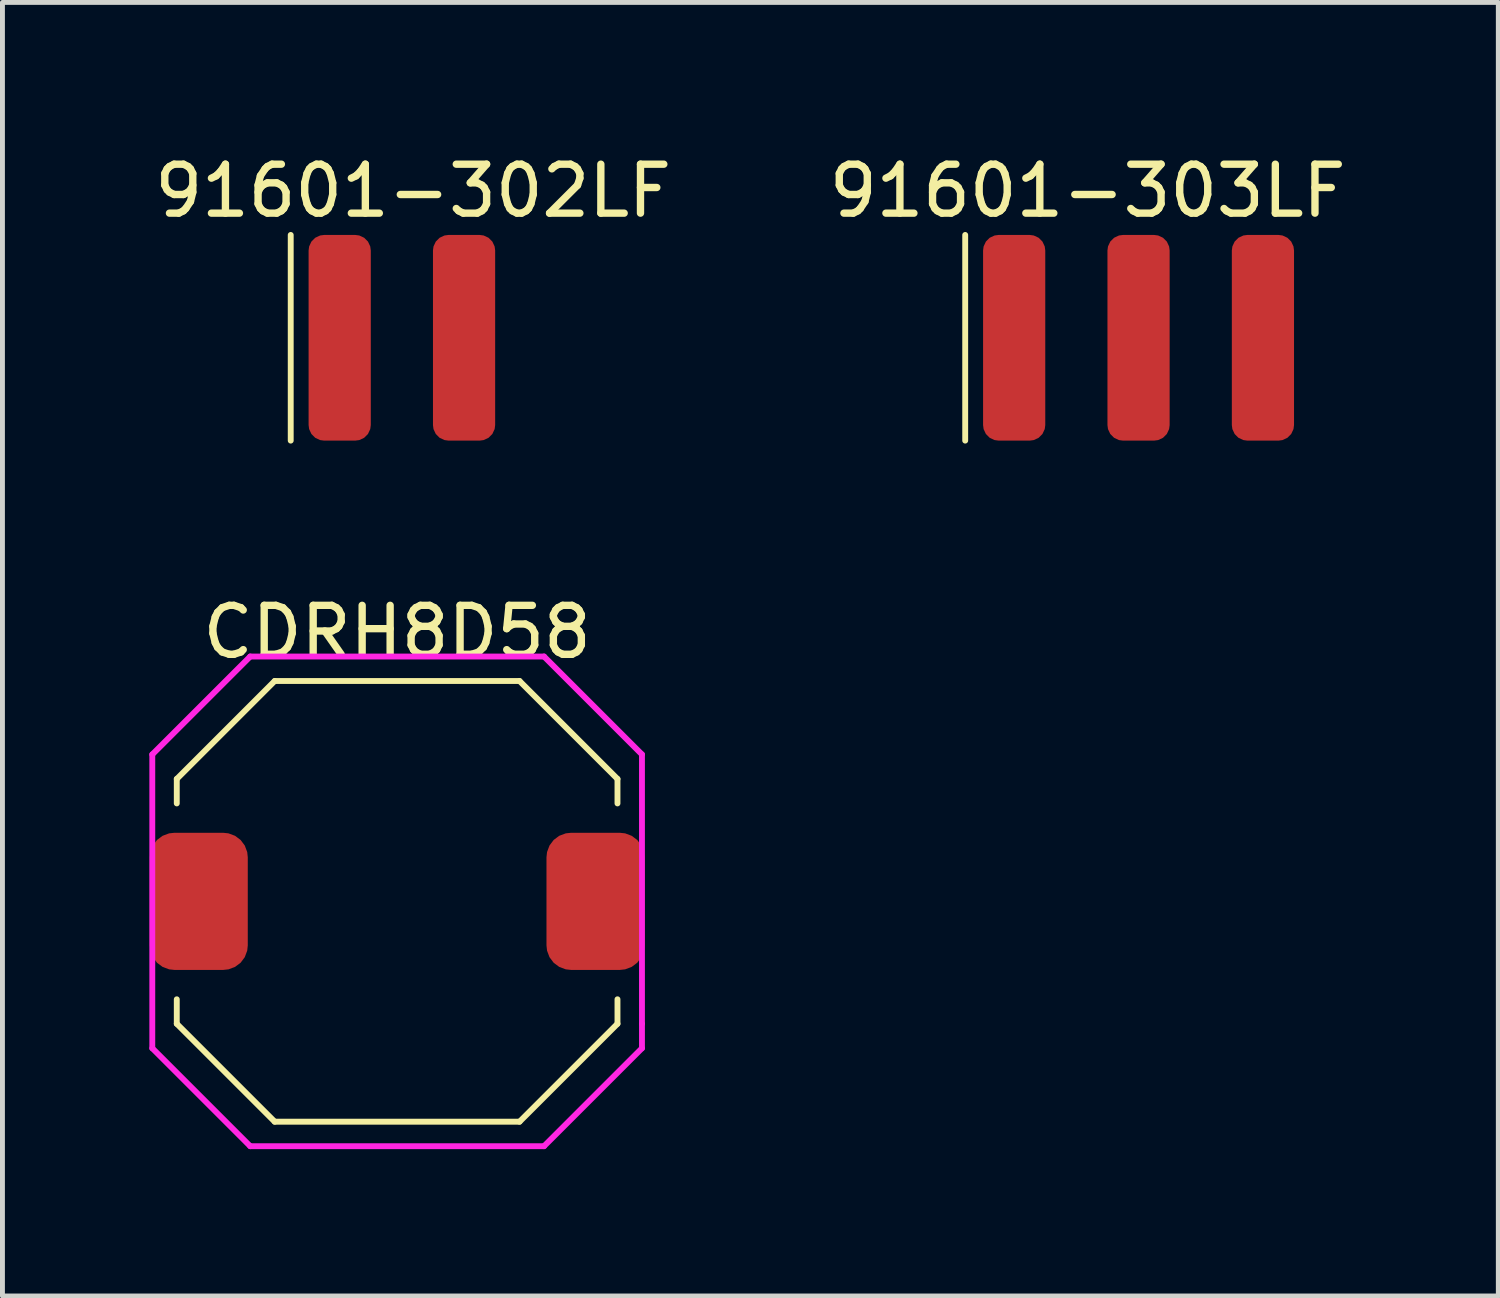
<source format=kicad_pcb>
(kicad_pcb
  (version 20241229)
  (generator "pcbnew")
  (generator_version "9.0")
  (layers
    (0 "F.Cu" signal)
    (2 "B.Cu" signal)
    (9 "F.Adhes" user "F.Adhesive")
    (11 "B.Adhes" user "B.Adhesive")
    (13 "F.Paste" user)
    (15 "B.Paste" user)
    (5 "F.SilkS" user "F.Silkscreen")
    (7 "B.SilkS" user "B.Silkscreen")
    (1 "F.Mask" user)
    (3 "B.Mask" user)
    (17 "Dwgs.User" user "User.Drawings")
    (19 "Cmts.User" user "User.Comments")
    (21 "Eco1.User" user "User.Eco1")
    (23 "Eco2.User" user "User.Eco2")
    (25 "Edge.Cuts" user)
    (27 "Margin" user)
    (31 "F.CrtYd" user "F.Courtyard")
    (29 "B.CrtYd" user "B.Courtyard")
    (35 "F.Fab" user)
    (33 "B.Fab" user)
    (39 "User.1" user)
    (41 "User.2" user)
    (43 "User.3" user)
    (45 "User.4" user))
  (footprint "91601-303LF"
    (layer "F.Cu")
    (at 17.661 3.848)
    (property "Reference" "91601-303LF" (at 1.5 -3 0) (layer "F.SilkS") (effects (font (size 1 1) (thickness 0.15))))
    (attr through_hole)
    (fp_line (start -1 -2.1) (end -1 2.1) (stroke (width 0.12) (type solid)) (layer "F.SilkS"))
    (pad "1" smd roundrect (at 0 0) (size 1.27 4.2) (layers "F.Cu" "F.Mask" "F.Paste") (roundrect_rratio 0.25))
    (pad "2" smd roundrect (at 2.54 0) (size 1.27 4.2) (layers "F.Cu" "F.Mask" "F.Paste") (roundrect_rratio 0.25))
    (pad "3" smd roundrect (at 5.08 0) (size 1.27 4.2) (layers "F.Cu" "F.Mask" "F.Paste") (roundrect_rratio 0.25)))
  (footprint "91601-302LF"
    (layer "F.Cu")
    (at 3.887 3.848)
    (property "Reference" "91601-302LF" (at 1.5 -3 0) (layer "F.SilkS") (effects (font (size 1 1) (thickness 0.15))))
    (attr through_hole)
    (fp_line (start -1 -2.1) (end -1 2.1) (stroke (width 0.12) (type solid)) (layer "F.SilkS"))
    (pad "1" smd roundrect (at 0 0) (size 1.27 4.2) (layers "F.Cu" "F.Mask" "F.Paste") (roundrect_rratio 0.25))
    (pad "2" smd roundrect (at 2.54 0) (size 1.27 4.2) (layers "F.Cu" "F.Mask" "F.Paste") (roundrect_rratio 0.25)))
  (footprint "CDRH8D58"
    (layer "F.Cu")
    (at 5.06 15.357)
    (property "Reference" "CDRH8D58" (at 0 -5.5 0) (layer "F.SilkS") (effects (font (size 1 1) (thickness 0.15))))
    (attr through_hole)
    (fp_line (start -4.5 -2.5) (end -2.5 -4.5) (stroke (width 0.12) (type solid)) (layer "F.SilkS"))
    (fp_line (start -4.5 -2) (end -4.5 -2.5) (stroke (width 0.12) (type solid)) (layer "F.SilkS"))
    (fp_line (start -4.5 2.5) (end -4.5 2) (stroke (width 0.12) (type solid)) (layer "F.SilkS"))
    (fp_line (start -2.5 -4.5) (end 2.5 -4.5) (stroke (width 0.12) (type solid)) (layer "F.SilkS"))
    (fp_line (start -2.5 4.5) (end -4.5 2.5) (stroke (width 0.12) (type solid)) (layer "F.SilkS"))
    (fp_line (start 2.5 -4.5) (end 4.5 -2.5) (stroke (width 0.12) (type solid)) (layer "F.SilkS"))
    (fp_line (start 2.5 4.5) (end -2.5 4.5) (stroke (width 0.12) (type solid)) (layer "F.SilkS"))
    (fp_line (start 4.5 -2.5) (end 4.5 -2) (stroke (width 0.12) (type solid)) (layer "F.SilkS"))
    (fp_line (start 4.5 2) (end 4.5 2.5) (stroke (width 0.12) (type solid)) (layer "F.SilkS"))
    (fp_line (start 4.5 2.5) (end 2.5 4.5) (stroke (width 0.12) (type solid)) (layer "F.SilkS"))
    (fp_line (start -5 -3) (end -3 -5) (stroke (width 0.12) (type solid)) (layer "F.CrtYd"))
    (fp_line (start -5 3) (end -5 -3) (stroke (width 0.12) (type solid)) (layer "F.CrtYd"))
    (fp_line (start -3 -5) (end 3 -5) (stroke (width 0.12) (type solid)) (layer "F.CrtYd"))
    (fp_line (start -3 5) (end -5 3) (stroke (width 0.12) (type solid)) (layer "F.CrtYd"))
    (fp_line (start 3 -5) (end 5 -3) (stroke (width 0.12) (type solid)) (layer "F.CrtYd"))
    (fp_line (start 3 5) (end -3 5) (stroke (width 0.12) (type solid)) (layer "F.CrtYd"))
    (fp_line (start 5 -3) (end 5 2.5) (stroke (width 0.12) (type solid)) (layer "F.CrtYd"))
    (fp_line (start 5 2.5) (end 5 3) (stroke (width 0.12) (type solid)) (layer "F.CrtYd"))
    (fp_line (start 5 3) (end 3 5) (stroke (width 0.12) (type solid)) (layer "F.CrtYd"))
    (pad "1" smd roundrect (at -4.05 0) (size 2 2.8) (layers "F.Cu" "F.Mask" "F.Paste") (roundrect_rratio 0.25))
    (pad "2" smd roundrect (at 4.05 0) (size 2 2.8) (layers "F.Cu" "F.Mask" "F.Paste") (roundrect_rratio 0.25)))
  (gr_rect
    (start -3 -3)
    (end 27.548 23.416)
    (stroke (width 0.1) (type default))
    (fill no)
    (layer "Edge.Cuts")))
</source>
